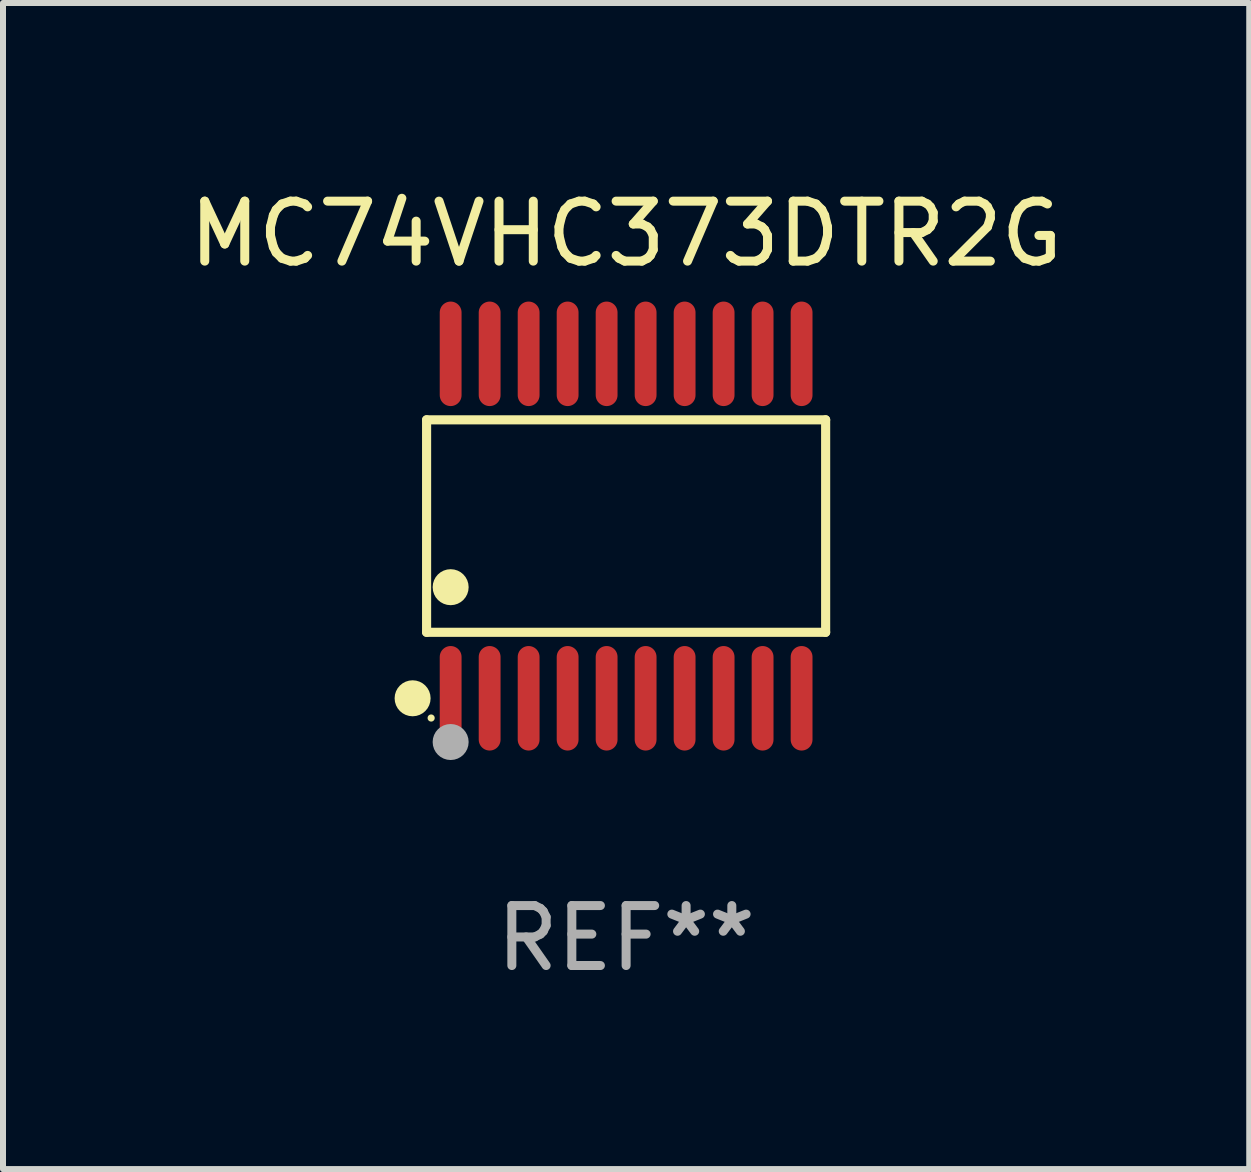
<source format=kicad_pcb>
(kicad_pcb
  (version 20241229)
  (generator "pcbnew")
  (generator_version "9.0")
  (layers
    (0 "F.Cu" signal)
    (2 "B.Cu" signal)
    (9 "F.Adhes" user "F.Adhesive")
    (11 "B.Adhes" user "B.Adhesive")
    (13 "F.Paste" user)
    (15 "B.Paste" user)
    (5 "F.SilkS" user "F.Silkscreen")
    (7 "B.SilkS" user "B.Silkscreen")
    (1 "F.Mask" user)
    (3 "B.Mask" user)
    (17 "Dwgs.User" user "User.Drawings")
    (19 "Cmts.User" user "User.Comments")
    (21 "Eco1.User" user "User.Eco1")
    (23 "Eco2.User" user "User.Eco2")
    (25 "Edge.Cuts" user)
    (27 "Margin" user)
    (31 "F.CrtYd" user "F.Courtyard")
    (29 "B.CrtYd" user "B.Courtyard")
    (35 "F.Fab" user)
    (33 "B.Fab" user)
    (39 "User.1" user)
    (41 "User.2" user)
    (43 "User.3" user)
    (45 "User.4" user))
  (footprint "MC74VHC373DTR2G"
    (layer "F.Cu")
    (at 7.387 5.719)
    (property "Reference" "MC74VHC373DTR2G" (at 0 -4.871 0) (layer "F.SilkS") (effects (font (size 1 1) (thickness 0.15))))
    (attr through_hole)
    (fp_line (start -3.326 -1.771) (end 3.326 -1.771) (stroke (width 0.152) (type solid)) (layer "F.SilkS"))
    (fp_line (start -3.326 1.771) (end -3.326 -1.771) (stroke (width 0.152) (type solid)) (layer "F.SilkS"))
    (fp_line (start 3.326 -1.771) (end 3.326 1.771) (stroke (width 0.152) (type solid)) (layer "F.SilkS"))
    (fp_line (start 3.326 1.771) (end -3.326 1.771) (stroke (width 0.152) (type solid)) (layer "F.SilkS"))
    (fp_circle (center -3.559 2.871) (end -3.409 2.871) (stroke (width 0.3) (type solid)) (fill no) (layer "F.SilkS"))
    (fp_circle (center -3.25 3.2) (end -3.22 3.2) (stroke (width 0.06) (type solid)) (fill no) (layer "F.SilkS"))
    (fp_circle (center -2.925 1.019) (end -2.775 1.019) (stroke (width 0.3) (type solid)) (fill no) (layer "F.SilkS"))
    (fp_circle (center -2.925 3.6) (end -2.775 3.6) (stroke (width 0.3) (type solid)) (fill no) (layer "F.Fab"))
    (fp_text user "REF**" (at 0 6.871 0) (layer "F.Fab") (effects (font (size 1 1) (thickness 0.15))))
    (pad "1" smd oval (at -2.925 2.871) (size 0.364 1.742) (layers "F.Cu" "F.Mask" "F.Paste"))
    (pad "2" smd oval (at -2.275 2.871) (size 0.364 1.742) (layers "F.Cu" "F.Mask" "F.Paste"))
    (pad "3" smd oval (at -1.625 2.871) (size 0.364 1.742) (layers "F.Cu" "F.Mask" "F.Paste"))
    (pad "4" smd oval (at -0.975 2.871) (size 0.364 1.742) (layers "F.Cu" "F.Mask" "F.Paste"))
    (pad "5" smd oval (at -0.325 2.871) (size 0.364 1.742) (layers "F.Cu" "F.Mask" "F.Paste"))
    (pad "6" smd oval (at 0.325 2.871) (size 0.364 1.742) (layers "F.Cu" "F.Mask" "F.Paste"))
    (pad "7" smd oval (at 0.975 2.871) (size 0.364 1.742) (layers "F.Cu" "F.Mask" "F.Paste"))
    (pad "8" smd oval (at 1.625 2.871) (size 0.364 1.742) (layers "F.Cu" "F.Mask" "F.Paste"))
    (pad "9" smd oval (at 2.275 2.871) (size 0.364 1.742) (layers "F.Cu" "F.Mask" "F.Paste"))
    (pad "10" smd oval (at 2.925 2.871) (size 0.364 1.742) (layers "F.Cu" "F.Mask" "F.Paste"))
    (pad "11" smd oval (at 2.925 -2.871) (size 0.364 1.742) (layers "F.Cu" "F.Mask" "F.Paste"))
    (pad "12" smd oval (at 2.275 -2.871) (size 0.364 1.742) (layers "F.Cu" "F.Mask" "F.Paste"))
    (pad "13" smd oval (at 1.625 -2.871) (size 0.364 1.742) (layers "F.Cu" "F.Mask" "F.Paste"))
    (pad "14" smd oval (at 0.975 -2.871) (size 0.364 1.742) (layers "F.Cu" "F.Mask" "F.Paste"))
    (pad "15" smd oval (at 0.325 -2.871) (size 0.364 1.742) (layers "F.Cu" "F.Mask" "F.Paste"))
    (pad "16" smd oval (at -0.325 -2.871) (size 0.364 1.742) (layers "F.Cu" "F.Mask" "F.Paste"))
    (pad "17" smd oval (at -0.975 -2.871) (size 0.364 1.742) (layers "F.Cu" "F.Mask" "F.Paste"))
    (pad "18" smd oval (at -1.625 -2.871) (size 0.364 1.742) (layers "F.Cu" "F.Mask" "F.Paste"))
    (pad "19" smd oval (at -2.275 -2.871) (size 0.364 1.742) (layers "F.Cu" "F.Mask" "F.Paste"))
    (pad "20" smd oval (at -2.925 -2.871) (size 0.364 1.742) (layers "F.Cu" "F.Mask" "F.Paste")))
  (gr_rect
    (start -3 -3)
    (end 17.774 16.438)
    (stroke (width 0.1) (type default))
    (fill no)
    (layer "Edge.Cuts")))
</source>
